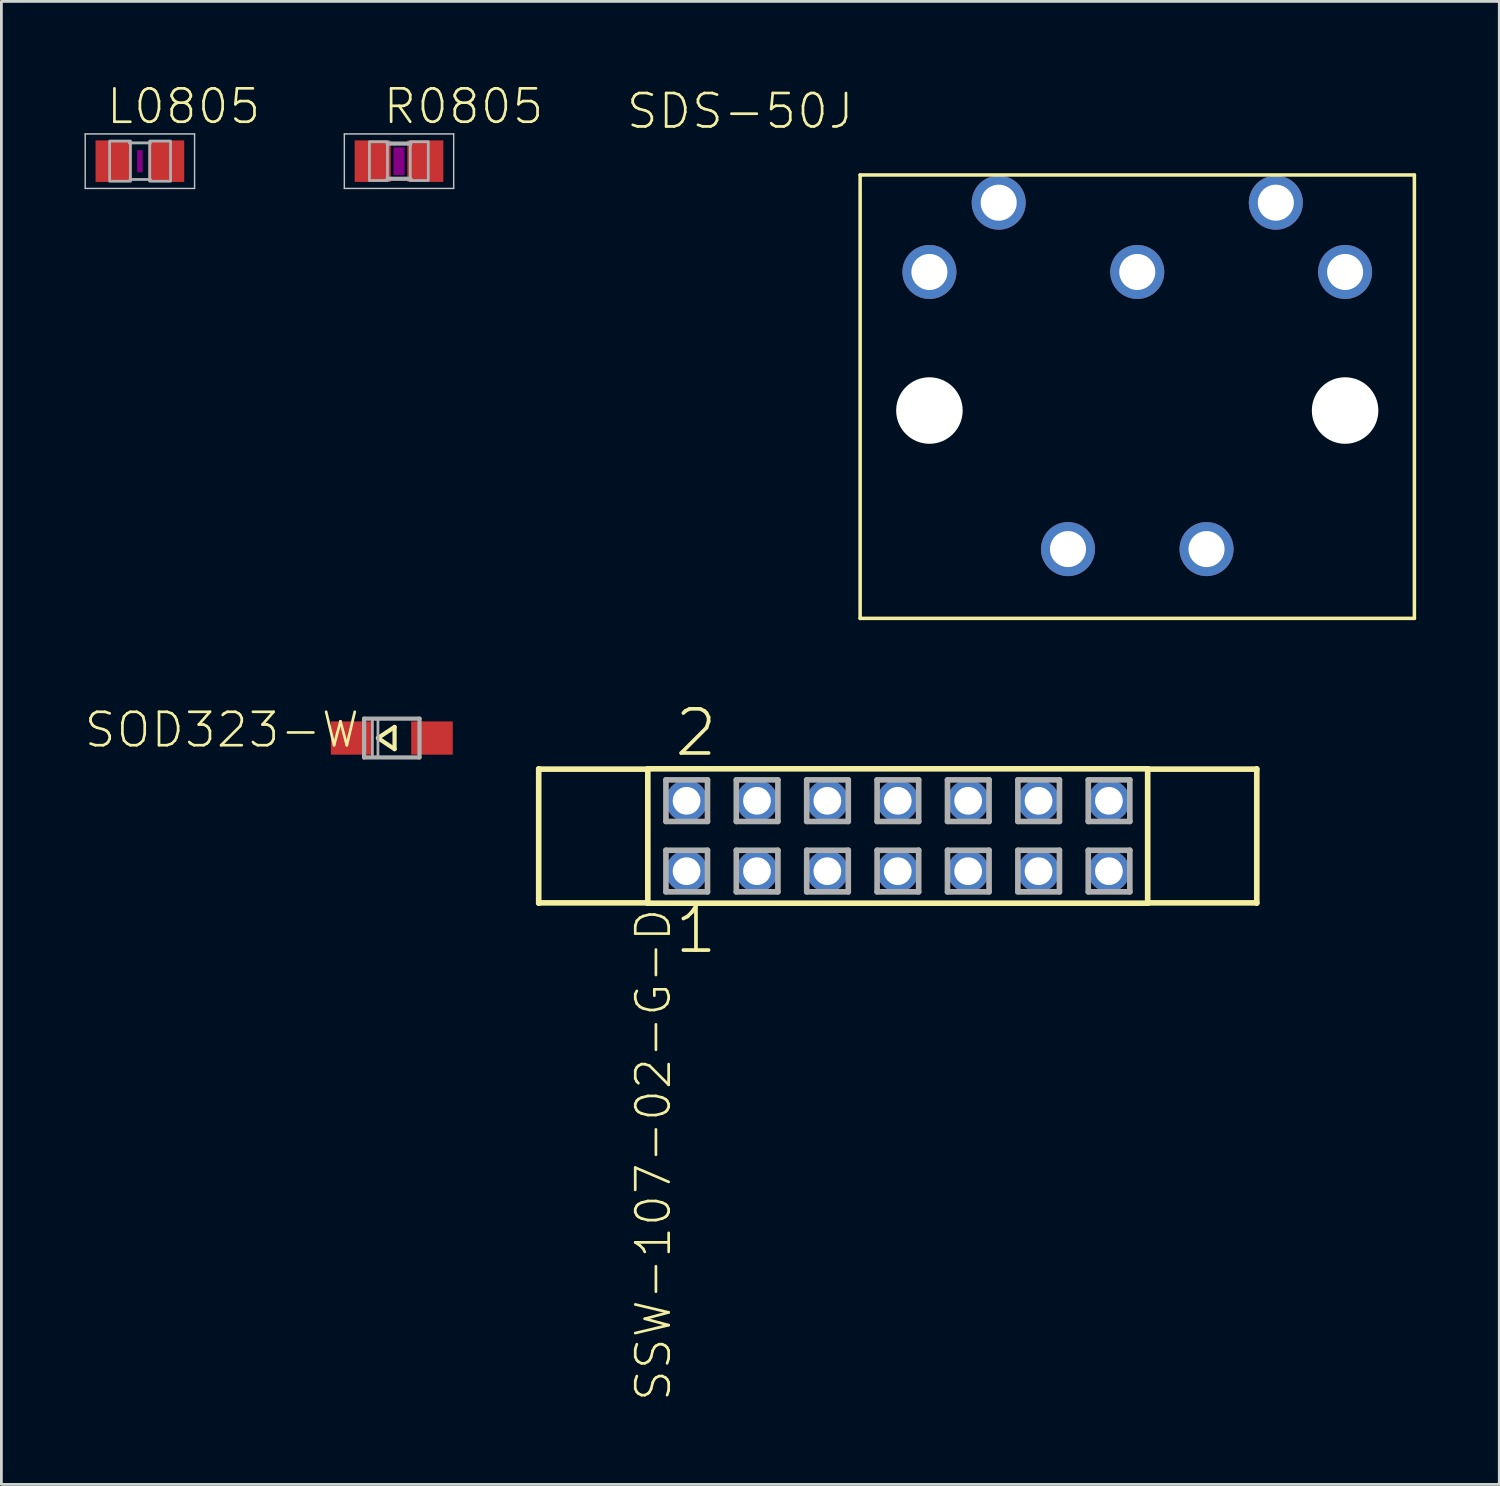
<source format=kicad_pcb>
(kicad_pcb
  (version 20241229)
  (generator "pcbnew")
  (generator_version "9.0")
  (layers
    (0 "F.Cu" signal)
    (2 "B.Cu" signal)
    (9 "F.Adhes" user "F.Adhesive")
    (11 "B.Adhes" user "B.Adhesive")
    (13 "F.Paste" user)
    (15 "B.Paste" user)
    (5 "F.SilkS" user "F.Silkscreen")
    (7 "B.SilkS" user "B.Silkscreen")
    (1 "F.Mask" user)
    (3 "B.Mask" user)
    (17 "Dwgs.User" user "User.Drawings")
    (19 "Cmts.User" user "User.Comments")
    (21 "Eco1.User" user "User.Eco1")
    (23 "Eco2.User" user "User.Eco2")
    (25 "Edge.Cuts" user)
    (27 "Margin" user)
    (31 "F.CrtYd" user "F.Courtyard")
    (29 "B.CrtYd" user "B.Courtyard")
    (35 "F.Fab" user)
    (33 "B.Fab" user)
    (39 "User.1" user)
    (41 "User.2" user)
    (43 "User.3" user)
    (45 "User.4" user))
  (footprint "SDS-50J"
    (layer "F.Cu")
    (at 37.988 16.764)
    (property "Reference" "SDS-50J" (at -10.16 -16.51 180) (layer "F.SilkS") (effects (font (size 1.206 1.206) (thickness 0.097)) (justify right top)))
    (attr through_hole)
    (fp_line (start -10 -13.5) (end -10 2.5) (stroke (width 0.127) (type solid)) (layer "F.SilkS"))
    (fp_line (start -10 2.5) (end 10 2.5) (stroke (width 0.127) (type solid)) (layer "F.SilkS"))
    (fp_line (start 10 -13.5) (end -10 -13.5) (stroke (width 0.127) (type solid)) (layer "F.SilkS"))
    (fp_line (start 10 2.5) (end 10 -13.5) (stroke (width 0.127) (type solid)) (layer "F.SilkS"))
    (pad "" np_thru_hole circle (at -7.5 -5) (size 2.4 2.4) (drill 2.4) (layers "*.Cu" "*.Mask"))
    (pad "" np_thru_hole circle (at 7.5 -5) (size 2.4 2.4) (drill 2.4) (layers "*.Cu" "*.Mask"))
    (pad "P$1" thru_hole circle (at 7.5 -10) (size 1.95 1.95) (drill 1.3) (layers "*.Cu" "*.Mask"))
    (pad "P$2" thru_hole circle (at 0 -10) (size 1.95 1.95) (drill 1.3) (layers "*.Cu" "*.Mask"))
    (pad "P$3" thru_hole circle (at -7.5 -10) (size 1.95 1.95) (drill 1.3) (layers "*.Cu" "*.Mask"))
    (pad "P$4" thru_hole circle (at 5 -12.5) (size 1.95 1.95) (drill 1.3) (layers "*.Cu" "*.Mask"))
    (pad "P$5" thru_hole circle (at -5 -12.5) (size 1.95 1.95) (drill 1.3) (layers "*.Cu" "*.Mask"))
    (pad "P$6" thru_hole circle (at 2.5 0) (size 1.95 1.95) (drill 1.3) (layers "*.Cu" "*.Mask"))
    (pad "P$7" thru_hole circle (at -2.5 0) (size 1.95 1.95) (drill 1.3) (layers "*.Cu" "*.Mask")))
  (footprint "R0805"
    (layer "F.Cu")
    (at 11.348 2.766)
    (property "Reference" "R0805" (at -0.635 -1.27 0) (layer "F.SilkS") (effects (font (size 1.206 1.206) (thickness 0.097)) (justify left bottom)))
    (attr through_hole)
    (fp_poly (pts (xy -0.2 0.5) (xy 0.2 0.5) (xy 0.2 -0.5) (xy -0.2 -0.5)) (stroke (width 0) (type solid)) (fill yes) (layer "F.Adhes"))
    (fp_line (start -1.973 -0.983) (end 1.973 -0.983) (stroke (width 0.051) (type solid)) (layer "Dwgs.User"))
    (fp_line (start -1.973 0.983) (end -1.973 -0.983) (stroke (width 0.051) (type solid)) (layer "Dwgs.User"))
    (fp_line (start 1.973 -0.983) (end 1.973 0.983) (stroke (width 0.051) (type solid)) (layer "Dwgs.User"))
    (fp_line (start 1.973 0.983) (end -1.973 0.983) (stroke (width 0.051) (type solid)) (layer "Dwgs.User"))
    (fp_line (start -0.41 -0.635) (end 0.41 -0.635) (stroke (width 0.152) (type solid)) (layer "F.Fab"))
    (fp_line (start -0.41 0.635) (end 0.41 0.635) (stroke (width 0.152) (type solid)) (layer "F.Fab"))
    (fp_poly (pts (xy -1.067 0.699) (xy -0.417 0.699) (xy -0.417 -0.702) (xy -1.067 -0.702)) (stroke (width 0.1) (type solid)) (fill no) (layer "F.Fab"))
    (fp_poly (pts (xy 0.406 0.699) (xy 1.056 0.699) (xy 1.056 -0.702) (xy 0.406 -0.702)) (stroke (width 0.1) (type solid)) (fill no) (layer "F.Fab"))
    (pad "1" smd rect (at -0.95 0) (size 1.3 1.5) (layers "F.Cu" "F.Mask" "F.Paste"))
    (pad "2" smd rect (at 0.95 0) (size 1.3 1.5) (layers "F.Cu" "F.Mask" "F.Paste")))
  (footprint "L0805"
    (layer "F.Cu")
    (at 1.998 2.766)
    (property "Reference" "L0805" (at -1.27 -1.27 0) (layer "F.SilkS") (effects (font (size 1.206 1.206) (thickness 0.097)) (justify left bottom)))
    (attr through_hole)
    (fp_poly (pts (xy -0.1 0.4) (xy 0.1 0.4) (xy 0.1 -0.4) (xy -0.1 -0.4)) (stroke (width 0) (type solid)) (fill yes) (layer "F.Adhes"))
    (fp_line (start -1.973 -0.983) (end 1.973 -0.983) (stroke (width 0.051) (type solid)) (layer "Dwgs.User"))
    (fp_line (start -1.973 0.983) (end -1.973 -0.983) (stroke (width 0.051) (type solid)) (layer "Dwgs.User"))
    (fp_line (start 1.973 -0.983) (end 1.973 0.983) (stroke (width 0.051) (type solid)) (layer "Dwgs.User"))
    (fp_line (start 1.973 0.983) (end -1.973 0.983) (stroke (width 0.051) (type solid)) (layer "Dwgs.User"))
    (fp_line (start -0.381 -0.66) (end 0.381 -0.66) (stroke (width 0.102) (type solid)) (layer "F.Fab"))
    (fp_line (start -0.356 0.66) (end 0.381 0.66) (stroke (width 0.102) (type solid)) (layer "F.Fab"))
    (fp_poly (pts (xy -1.092 0.724) (xy -0.342 0.724) (xy -0.342 -0.726) (xy -1.092 -0.726)) (stroke (width 0.1) (type solid)) (fill no) (layer "F.Fab"))
    (fp_poly (pts (xy 0.356 0.724) (xy 1.106 0.724) (xy 1.106 -0.726) (xy 0.356 -0.726)) (stroke (width 0.1) (type solid)) (fill no) (layer "F.Fab"))
    (pad "1" smd rect (at -0.95 0) (size 1.3 1.5) (layers "F.Cu" "F.Mask" "F.Paste"))
    (pad "2" smd rect (at 0.95 0) (size 1.3 1.5) (layers "F.Cu" "F.Mask" "F.Paste")))
  (footprint "SSW-107-02-G-D"
    (layer "F.Cu")
    (at 29.345 27.117)
    (property "Reference" "SSW-107-02-G-D" (at -9.525 2.54 270) (layer "F.SilkS") (effects (font (size 1.206 1.206) (thickness 0.097)) (justify right top)))
    (attr through_hole)
    (fp_line (start -12.956 2.425) (end -12.956 -2.425) (stroke (width 0.203) (type solid)) (layer "F.SilkS"))
    (fp_line (start -12.954 -2.413) (end -9.017 -2.413) (stroke (width 0.203) (type solid)) (layer "F.SilkS"))
    (fp_line (start -12.954 2.413) (end -9.017 2.413) (stroke (width 0.203) (type solid)) (layer "F.SilkS"))
    (fp_line (start -9.019 -2.425) (end 9.019 -2.425) (stroke (width 0.203) (type solid)) (layer "F.SilkS"))
    (fp_line (start -9.019 2.425) (end -9.019 -2.425) (stroke (width 0.203) (type solid)) (layer "F.SilkS"))
    (fp_line (start 9.019 -2.425) (end 9.019 2.425) (stroke (width 0.203) (type solid)) (layer "F.SilkS"))
    (fp_line (start 9.019 2.425) (end -9.019 2.425) (stroke (width 0.203) (type solid)) (layer "F.SilkS"))
    (fp_line (start 12.954 -2.413) (end 9.017 -2.413) (stroke (width 0.203) (type solid)) (layer "F.SilkS"))
    (fp_line (start 12.954 2.413) (end 9.017 2.413) (stroke (width 0.203) (type solid)) (layer "F.SilkS"))
    (fp_line (start 12.956 -2.425) (end 12.956 2.425) (stroke (width 0.203) (type solid)) (layer "F.SilkS"))
    (fp_line (start -8.365 -2.025) (end -6.865 -2.025) (stroke (width 0.203) (type solid)) (layer "F.Fab"))
    (fp_line (start -8.365 -0.525) (end -8.365 -2.025) (stroke (width 0.203) (type solid)) (layer "F.Fab"))
    (fp_line (start -8.365 0.515) (end -6.865 0.515) (stroke (width 0.203) (type solid)) (layer "F.Fab"))
    (fp_line (start -8.365 2.015) (end -8.365 0.515) (stroke (width 0.203) (type solid)) (layer "F.Fab"))
    (fp_line (start -6.865 -2.025) (end -6.865 -0.525) (stroke (width 0.203) (type solid)) (layer "F.Fab"))
    (fp_line (start -6.865 -0.525) (end -8.365 -0.525) (stroke (width 0.203) (type solid)) (layer "F.Fab"))
    (fp_line (start -6.865 0.515) (end -6.865 2.015) (stroke (width 0.203) (type solid)) (layer "F.Fab"))
    (fp_line (start -6.865 2.015) (end -8.365 2.015) (stroke (width 0.203) (type solid)) (layer "F.Fab"))
    (fp_line (start -5.825 -2.025) (end -4.325 -2.025) (stroke (width 0.203) (type solid)) (layer "F.Fab"))
    (fp_line (start -5.825 -0.525) (end -5.825 -2.025) (stroke (width 0.203) (type solid)) (layer "F.Fab"))
    (fp_line (start -5.825 0.515) (end -4.325 0.515) (stroke (width 0.203) (type solid)) (layer "F.Fab"))
    (fp_line (start -5.825 2.015) (end -5.825 0.515) (stroke (width 0.203) (type solid)) (layer "F.Fab"))
    (fp_line (start -4.325 -2.025) (end -4.325 -0.525) (stroke (width 0.203) (type solid)) (layer "F.Fab"))
    (fp_line (start -4.325 -0.525) (end -5.825 -0.525) (stroke (width 0.203) (type solid)) (layer "F.Fab"))
    (fp_line (start -4.325 0.515) (end -4.325 2.015) (stroke (width 0.203) (type solid)) (layer "F.Fab"))
    (fp_line (start -4.325 2.015) (end -5.825 2.015) (stroke (width 0.203) (type solid)) (layer "F.Fab"))
    (fp_line (start -3.285 -2.025) (end -1.785 -2.025) (stroke (width 0.203) (type solid)) (layer "F.Fab"))
    (fp_line (start -3.285 -0.525) (end -3.285 -2.025) (stroke (width 0.203) (type solid)) (layer "F.Fab"))
    (fp_line (start -3.285 0.515) (end -1.785 0.515) (stroke (width 0.203) (type solid)) (layer "F.Fab"))
    (fp_line (start -3.285 2.015) (end -3.285 0.515) (stroke (width 0.203) (type solid)) (layer "F.Fab"))
    (fp_line (start -1.785 -2.025) (end -1.785 -0.525) (stroke (width 0.203) (type solid)) (layer "F.Fab"))
    (fp_line (start -1.785 -0.525) (end -3.285 -0.525) (stroke (width 0.203) (type solid)) (layer "F.Fab"))
    (fp_line (start -1.785 0.515) (end -1.785 2.015) (stroke (width 0.203) (type solid)) (layer "F.Fab"))
    (fp_line (start -1.785 2.015) (end -3.285 2.015) (stroke (width 0.203) (type solid)) (layer "F.Fab"))
    (fp_line (start -0.745 -2.025) (end 0.755 -2.025) (stroke (width 0.203) (type solid)) (layer "F.Fab"))
    (fp_line (start -0.745 -0.525) (end -0.745 -2.025) (stroke (width 0.203) (type solid)) (layer "F.Fab"))
    (fp_line (start -0.745 0.515) (end 0.755 0.515) (stroke (width 0.203) (type solid)) (layer "F.Fab"))
    (fp_line (start -0.745 2.015) (end -0.745 0.515) (stroke (width 0.203) (type solid)) (layer "F.Fab"))
    (fp_line (start 0.755 -2.025) (end 0.755 -0.525) (stroke (width 0.203) (type solid)) (layer "F.Fab"))
    (fp_line (start 0.755 -0.525) (end -0.745 -0.525) (stroke (width 0.203) (type solid)) (layer "F.Fab"))
    (fp_line (start 0.755 0.515) (end 0.755 2.015) (stroke (width 0.203) (type solid)) (layer "F.Fab"))
    (fp_line (start 0.755 2.015) (end -0.745 2.015) (stroke (width 0.203) (type solid)) (layer "F.Fab"))
    (fp_line (start 1.795 -2.025) (end 3.295 -2.025) (stroke (width 0.203) (type solid)) (layer "F.Fab"))
    (fp_line (start 1.795 -0.525) (end 1.795 -2.025) (stroke (width 0.203) (type solid)) (layer "F.Fab"))
    (fp_line (start 1.795 0.515) (end 3.295 0.515) (stroke (width 0.203) (type solid)) (layer "F.Fab"))
    (fp_line (start 1.795 2.015) (end 1.795 0.515) (stroke (width 0.203) (type solid)) (layer "F.Fab"))
    (fp_line (start 3.295 -2.025) (end 3.295 -0.525) (stroke (width 0.203) (type solid)) (layer "F.Fab"))
    (fp_line (start 3.295 -0.525) (end 1.795 -0.525) (stroke (width 0.203) (type solid)) (layer "F.Fab"))
    (fp_line (start 3.295 0.515) (end 3.295 2.015) (stroke (width 0.203) (type solid)) (layer "F.Fab"))
    (fp_line (start 3.295 2.015) (end 1.795 2.015) (stroke (width 0.203) (type solid)) (layer "F.Fab"))
    (fp_line (start 4.335 -2.025) (end 5.835 -2.025) (stroke (width 0.203) (type solid)) (layer "F.Fab"))
    (fp_line (start 4.335 -0.525) (end 4.335 -2.025) (stroke (width 0.203) (type solid)) (layer "F.Fab"))
    (fp_line (start 4.335 0.515) (end 5.835 0.515) (stroke (width 0.203) (type solid)) (layer "F.Fab"))
    (fp_line (start 4.335 2.015) (end 4.335 0.515) (stroke (width 0.203) (type solid)) (layer "F.Fab"))
    (fp_line (start 5.835 -2.025) (end 5.835 -0.525) (stroke (width 0.203) (type solid)) (layer "F.Fab"))
    (fp_line (start 5.835 -0.525) (end 4.335 -0.525) (stroke (width 0.203) (type solid)) (layer "F.Fab"))
    (fp_line (start 5.835 0.515) (end 5.835 2.015) (stroke (width 0.203) (type solid)) (layer "F.Fab"))
    (fp_line (start 5.835 2.015) (end 4.335 2.015) (stroke (width 0.203) (type solid)) (layer "F.Fab"))
    (fp_line (start 6.875 -2.025) (end 8.375 -2.025) (stroke (width 0.203) (type solid)) (layer "F.Fab"))
    (fp_line (start 6.875 -0.525) (end 6.875 -2.025) (stroke (width 0.203) (type solid)) (layer "F.Fab"))
    (fp_line (start 6.875 0.515) (end 8.375 0.515) (stroke (width 0.203) (type solid)) (layer "F.Fab"))
    (fp_line (start 6.875 2.015) (end 6.875 0.515) (stroke (width 0.203) (type solid)) (layer "F.Fab"))
    (fp_line (start 8.375 -2.025) (end 8.375 -0.525) (stroke (width 0.203) (type solid)) (layer "F.Fab"))
    (fp_line (start 8.375 -0.525) (end 6.875 -0.525) (stroke (width 0.203) (type solid)) (layer "F.Fab"))
    (fp_line (start 8.375 0.515) (end 8.375 2.015) (stroke (width 0.203) (type solid)) (layer "F.Fab"))
    (fp_line (start 8.375 2.015) (end 6.875 2.015) (stroke (width 0.203) (type solid)) (layer "F.Fab"))
    (fp_text user "1" (at -8.128 4.318 0) (layer "F.SilkS") (effects (font (size 1.593 1.593) (thickness 0.134)) (justify left bottom)))
    (fp_text user "2" (at -8.128 -2.794 0) (layer "F.SilkS") (effects (font (size 1.593 1.593) (thickness 0.134)) (justify left bottom)))
    (pad "1" thru_hole circle (at -7.62 1.27) (size 1.5 1.5) (drill 1) (layers "*.Cu" "*.Mask"))
    (pad "2" thru_hole circle (at -7.62 -1.27) (size 1.5 1.5) (drill 1) (layers "*.Cu" "*.Mask"))
    (pad "3" thru_hole circle (at -5.08 1.27) (size 1.5 1.5) (drill 1) (layers "*.Cu" "*.Mask"))
    (pad "4" thru_hole circle (at -5.08 -1.27) (size 1.5 1.5) (drill 1) (layers "*.Cu" "*.Mask"))
    (pad "5" thru_hole circle (at -2.54 1.27) (size 1.5 1.5) (drill 1) (layers "*.Cu" "*.Mask"))
    (pad "6" thru_hole circle (at -2.54 -1.27) (size 1.5 1.5) (drill 1) (layers "*.Cu" "*.Mask"))
    (pad "7" thru_hole circle (at 0 1.27) (size 1.5 1.5) (drill 1) (layers "*.Cu" "*.Mask"))
    (pad "8" thru_hole circle (at 0 -1.27) (size 1.5 1.5) (drill 1) (layers "*.Cu" "*.Mask"))
    (pad "9" thru_hole circle (at 2.54 1.27) (size 1.5 1.5) (drill 1) (layers "*.Cu" "*.Mask"))
    (pad "10" thru_hole circle (at 2.54 -1.27) (size 1.5 1.5) (drill 1) (layers "*.Cu" "*.Mask"))
    (pad "11" thru_hole circle (at 5.08 1.27) (size 1.5 1.5) (drill 1) (layers "*.Cu" "*.Mask"))
    (pad "12" thru_hole circle (at 5.08 -1.27) (size 1.5 1.5) (drill 1) (layers "*.Cu" "*.Mask"))
    (pad "13" thru_hole circle (at 7.62 1.27) (size 1.5 1.5) (drill 1) (layers "*.Cu" "*.Mask"))
    (pad "14" thru_hole circle (at 7.62 -1.27) (size 1.5 1.5) (drill 1) (layers "*.Cu" "*.Mask")))
  (footprint "SOD323-W"
    (layer "F.Cu")
    (at 11.088 23.582)
    (property "Reference" "SOD323-W" (at -1.1 -1 0) (layer "F.SilkS") (effects (font (size 1.206 1.206) (thickness 0.097)) (justify right top)))
    (attr through_hole)
    (fp_line (start -0.5 0) (end 0.1 -0.4) (stroke (width 0.152) (type solid)) (layer "F.SilkS"))
    (fp_line (start 0.1 -0.4) (end 0.1 0.4) (stroke (width 0.152) (type solid)) (layer "F.SilkS"))
    (fp_line (start 0.1 0.4) (end -0.5 0) (stroke (width 0.152) (type solid)) (layer "F.SilkS"))
    (fp_line (start -1 -0.7) (end 1 -0.7) (stroke (width 0.152) (type solid)) (layer "F.Fab"))
    (fp_line (start -1 0.7) (end -1 -0.7) (stroke (width 0.152) (type solid)) (layer "F.Fab"))
    (fp_line (start 1 -0.7) (end 1 0.7) (stroke (width 0.152) (type solid)) (layer "F.Fab"))
    (fp_line (start 1 0.7) (end -1 0.7) (stroke (width 0.152) (type solid)) (layer "F.Fab"))
    (fp_poly (pts (xy -0.7 0.7) (xy -0.5 0.7) (xy -0.5 -0.7) (xy -0.7 -0.7)) (stroke (width 0.1) (type solid)) (fill no) (layer "F.Fab"))
    (pad "A" smd rect (at 1.45 0) (size 1.5 1.2) (layers "F.Cu" "F.Mask" "F.Paste"))
    (pad "C" smd rect (at -1.45 0) (size 1.5 1.2) (layers "F.Cu" "F.Mask" "F.Paste")))
  (gr_rect
    (start -3 -3)
    (end 51.051 50.515)
    (stroke (width 0.1) (type default))
    (fill no)
    (layer "Edge.Cuts")))
</source>
